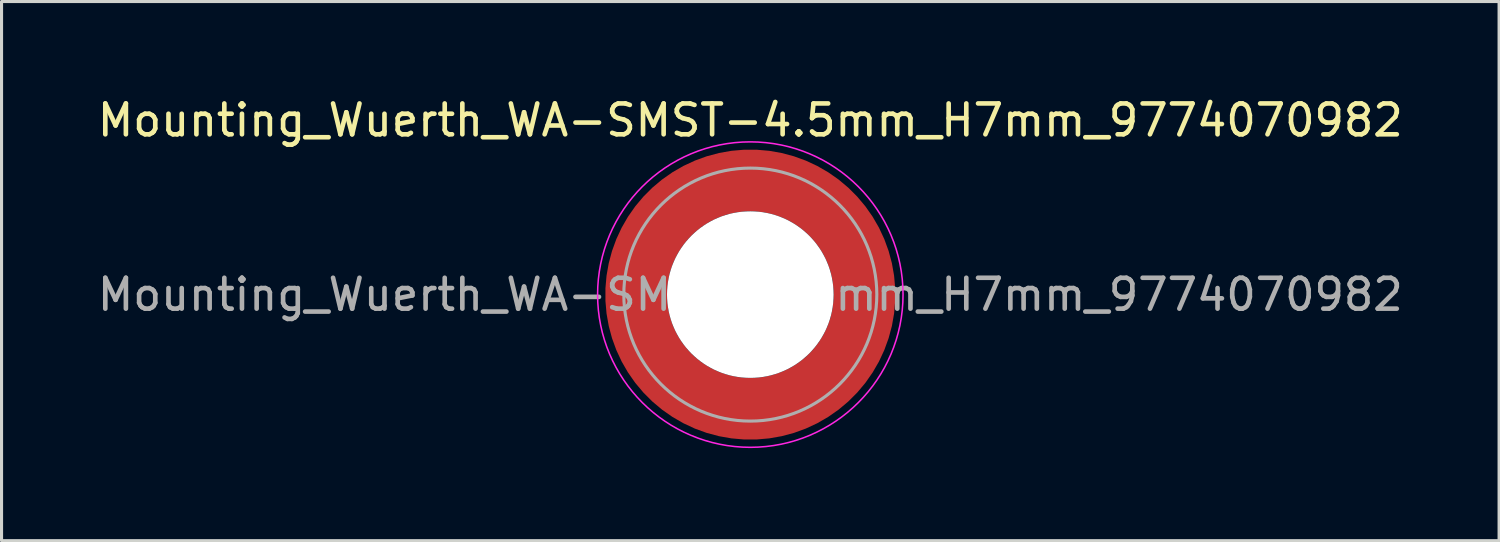
<source format=kicad_pcb>
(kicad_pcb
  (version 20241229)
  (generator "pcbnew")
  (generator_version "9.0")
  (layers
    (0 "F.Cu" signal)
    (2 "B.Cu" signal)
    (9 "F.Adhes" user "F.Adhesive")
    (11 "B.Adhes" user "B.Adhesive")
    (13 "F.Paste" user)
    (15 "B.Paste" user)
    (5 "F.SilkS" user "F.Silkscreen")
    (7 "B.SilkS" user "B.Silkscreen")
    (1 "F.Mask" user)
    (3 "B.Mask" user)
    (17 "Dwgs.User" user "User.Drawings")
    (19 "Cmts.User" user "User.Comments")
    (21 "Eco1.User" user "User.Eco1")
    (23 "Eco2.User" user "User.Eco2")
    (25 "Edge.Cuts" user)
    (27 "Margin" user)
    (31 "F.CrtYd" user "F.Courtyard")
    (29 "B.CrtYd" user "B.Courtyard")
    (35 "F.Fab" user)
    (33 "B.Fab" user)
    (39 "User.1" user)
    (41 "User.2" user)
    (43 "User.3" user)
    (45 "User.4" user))
  (footprint "Mounting_Wuerth_WA-SMST-4.5mm_H7mm_9774070982"
    (layer "F.Cu")
    (at 21.268 6.498)
    (property "Reference" "Mounting_Wuerth_WA-SMST-4.5mm_H7mm_9774070982" (at 0 -5.65 0) (layer "F.SilkS") (effects (font (size 1 1) (thickness 0.15))))
    (attr smd)
    (fp_circle (center 0 0) (end 4.95 0) (stroke (width 0.05) (type solid)) (fill no) (layer "F.CrtYd"))
    (fp_circle (center 0 0) (end 4.1 0) (stroke (width 0.1) (type solid)) (fill no) (layer "F.Fab"))
    (fp_text user "${REFERENCE}" (at 0 0 0) (layer "F.Fab") (effects (font (size 1 1) (thickness 0.15))))
    (pad "" smd custom (at -2.607 -2.607) (size 1.495 1.495) (layers "F.Paste") (options (anchor circle)) (primitives (gr_arc (start -0.188183 2.107456) (mid 0.599273 0.599273) (end 2.107456 -0.188183) (width 0.2)) (gr_arc (start -0.289416 2.107456) (mid 0.52877 0.52877) (end 2.107456 -0.289416) (width 0.2)) (gr_arc (start -0.390547 2.107456) (mid 0.458268 0.458268) (end 2.107456 -0.390547) (width 0.2)) (gr_arc (start -0.491585 2.107456) (mid 0.387765 0.387765) (end 2.107456 -0.491585) (width 0.2)) (gr_arc (start -0.59254 2.107456) (mid 0.317262 0.317262) (end 2.107456 -0.59254) (width 0.2)) (gr_arc (start -0.693419 2.107456) (mid 0.24676 0.24676) (end 2.107456 -0.693419) (width 0.2)) (gr_arc (start -0.794229 2.107456) (mid 0.176257 0.176257) (end 2.107456 -0.794229) (width 0.2)) (gr_arc (start -0.894975 2.107456) (mid 0.105754 0.105754) (end 2.107456 -0.894975) (width 0.2)) (gr_arc (start -0.995664 2.107456) (mid 0.035251 0.035251) (end 2.107456 -0.995664) (width 0.2)) (gr_arc (start -1.0963 2.107456) (mid -0.035252 -0.035252) (end 2.107456 -1.0963) (width 0.2)) (gr_arc (start -1.196886 2.107456) (mid -0.105754 -0.105754) (end 2.107456 -1.196886) (width 0.2)) (gr_arc (start -1.297427 2.107456) (mid -0.176257 -0.176257) (end 2.107456 -1.297427) (width 0.2)) (gr_arc (start -1.397927 2.107456) (mid -0.24676 -0.24676) (end 2.107456 -1.397927) (width 0.2)) (gr_arc (start -1.498388 2.107456) (mid -0.317262 -0.317262) (end 2.107456 -1.498388) (width 0.2)) (gr_arc (start -1.598813 2.107456) (mid -0.387765 -0.387765) (end 2.107456 -1.598813) (width 0.2)) (gr_arc (start -1.699204 2.107456) (mid -0.458267 -0.458267) (end 2.107456 -1.699204) (width 0.2)) (gr_arc (start -1.799565 2.107456) (mid -0.528771 -0.528771) (end 2.107456 -1.799565) (width 0.2)) (gr_arc (start -1.899896 2.107456) (mid -0.599273 -0.599273) (end 2.107456 -1.899896) (width 0.2)) (gr_arc (start -1.899896 2.107456) (mid -0.599273 -0.599273) (end 2.107456 -1.899896) (width 0.2)) (gr_line (start 2.107 -0.188) (end 2.107 -1.9) (width 0.2)) (gr_line (start -0.188 2.107) (end -1.9 2.107) (width 0.2))))
    (pad "" smd custom (at -2.607 2.607) (size 1.495 1.495) (layers "F.Paste") (options (anchor circle)) (primitives (gr_arc (start 2.107456 0.188183) (mid 0.599273 -0.599273) (end -0.188183 -2.107456) (width 0.2)) (gr_arc (start 2.107456 0.289416) (mid 0.52877 -0.52877) (end -0.289416 -2.107456) (width 0.2)) (gr_arc (start 2.107456 0.390547) (mid 0.458268 -0.458268) (end -0.390547 -2.107456) (width 0.2)) (gr_arc (start 2.107456 0.491585) (mid 0.387765 -0.387765) (end -0.491585 -2.107456) (width 0.2)) (gr_arc (start 2.107456 0.59254) (mid 0.317262 -0.317262) (end -0.59254 -2.107456) (width 0.2)) (gr_arc (start 2.107456 0.693419) (mid 0.24676 -0.24676) (end -0.693419 -2.107456) (width 0.2)) (gr_arc (start 2.107456 0.794229) (mid 0.176257 -0.176257) (end -0.794229 -2.107456) (width 0.2)) (gr_arc (start 2.107456 0.894975) (mid 0.105754 -0.105754) (end -0.894975 -2.107456) (width 0.2)) (gr_arc (start 2.107456 0.995664) (mid 0.035251 -0.035251) (end -0.995664 -2.107456) (width 0.2)) (gr_arc (start 2.107456 1.0963) (mid -0.035252 0.035252) (end -1.0963 -2.107456) (width 0.2)) (gr_arc (start 2.107456 1.196886) (mid -0.105754 0.105754) (end -1.196886 -2.107456) (width 0.2)) (gr_arc (start 2.107456 1.297427) (mid -0.176257 0.176257) (end -1.297427 -2.107456) (width 0.2)) (gr_arc (start 2.107456 1.397927) (mid -0.24676 0.24676) (end -1.397927 -2.107456) (width 0.2)) (gr_arc (start 2.107456 1.498388) (mid -0.317262 0.317262) (end -1.498388 -2.107456) (width 0.2)) (gr_arc (start 2.107456 1.598813) (mid -0.387765 0.387765) (end -1.598813 -2.107456) (width 0.2)) (gr_arc (start 2.107456 1.699204) (mid -0.458267 0.458267) (end -1.699204 -2.107456) (width 0.2)) (gr_arc (start 2.107456 1.799565) (mid -0.528771 0.528771) (end -1.799565 -2.107456) (width 0.2)) (gr_arc (start 2.107456 1.899896) (mid -0.599273 0.599273) (end -1.899896 -2.107456) (width 0.2)) (gr_arc (start 2.107456 1.899896) (mid -0.599273 0.599273) (end -1.899896 -2.107456) (width 0.2)) (gr_line (start -0.188 -2.107) (end -1.9 -2.107) (width 0.2)) (gr_line (start 2.107 0.188) (end 2.107 1.9) (width 0.2))))
    (pad "" np_thru_hole circle (at 0 0) (size 5.4 5.4) (drill 5.4) (layers "*.Cu" "*.Mask"))
    (pad "" smd custom (at 2.607 -2.607) (size 1.495 1.495) (layers "F.Paste") (options (anchor circle)) (primitives (gr_arc (start -2.107456 -0.188183) (mid -0.599273 0.599273) (end 0.188183 2.107456) (width 0.2)) (gr_arc (start -2.107456 -0.289416) (mid -0.52877 0.52877) (end 0.289416 2.107456) (width 0.2)) (gr_arc (start -2.107456 -0.390547) (mid -0.458268 0.458268) (end 0.390547 2.107456) (width 0.2)) (gr_arc (start -2.107456 -0.491585) (mid -0.387765 0.387765) (end 0.491585 2.107456) (width 0.2)) (gr_arc (start -2.107456 -0.59254) (mid -0.317262 0.317262) (end 0.59254 2.107456) (width 0.2)) (gr_arc (start -2.107456 -0.693419) (mid -0.24676 0.24676) (end 0.693419 2.107456) (width 0.2)) (gr_arc (start -2.107456 -0.794229) (mid -0.176257 0.176257) (end 0.794229 2.107456) (width 0.2)) (gr_arc (start -2.107456 -0.894975) (mid -0.105754 0.105754) (end 0.894975 2.107456) (width 0.2)) (gr_arc (start -2.107456 -0.995664) (mid -0.035251 0.035251) (end 0.995664 2.107456) (width 0.2)) (gr_arc (start -2.107456 -1.0963) (mid 0.035252 -0.035252) (end 1.0963 2.107456) (width 0.2)) (gr_arc (start -2.107456 -1.196886) (mid 0.105754 -0.105754) (end 1.196886 2.107456) (width 0.2)) (gr_arc (start -2.107456 -1.297427) (mid 0.176257 -0.176257) (end 1.297427 2.107456) (width 0.2)) (gr_arc (start -2.107456 -1.397927) (mid 0.24676 -0.24676) (end 1.397927 2.107456) (width 0.2)) (gr_arc (start -2.107456 -1.498388) (mid 0.317262 -0.317262) (end 1.498388 2.107456) (width 0.2)) (gr_arc (start -2.107456 -1.598813) (mid 0.387765 -0.387765) (end 1.598813 2.107456) (width 0.2)) (gr_arc (start -2.107456 -1.699204) (mid 0.458267 -0.458267) (end 1.699204 2.107456) (width 0.2)) (gr_arc (start -2.107456 -1.799565) (mid 0.528771 -0.528771) (end 1.799565 2.107456) (width 0.2)) (gr_arc (start -2.107456 -1.899896) (mid 0.599273 -0.599273) (end 1.899896 2.107456) (width 0.2)) (gr_arc (start -2.107456 -1.899896) (mid 0.599273 -0.599273) (end 1.899896 2.107456) (width 0.2)) (gr_line (start 0.188 2.107) (end 1.9 2.107) (width 0.2)) (gr_line (start -2.107 -0.188) (end -2.107 -1.9) (width 0.2))))
    (pad "" smd custom (at 2.607 2.607) (size 1.495 1.495) (layers "F.Paste") (options (anchor circle)) (primitives (gr_arc (start 0.188183 -2.107456) (mid -0.599273 -0.599273) (end -2.107456 0.188183) (width 0.2)) (gr_arc (start 0.289416 -2.107456) (mid -0.52877 -0.52877) (end -2.107456 0.289416) (width 0.2)) (gr_arc (start 0.390547 -2.107456) (mid -0.458268 -0.458268) (end -2.107456 0.390547) (width 0.2)) (gr_arc (start 0.491585 -2.107456) (mid -0.387765 -0.387765) (end -2.107456 0.491585) (width 0.2)) (gr_arc (start 0.59254 -2.107456) (mid -0.317262 -0.317262) (end -2.107456 0.59254) (width 0.2)) (gr_arc (start 0.693419 -2.107456) (mid -0.24676 -0.24676) (end -2.107456 0.693419) (width 0.2)) (gr_arc (start 0.794229 -2.107456) (mid -0.176257 -0.176257) (end -2.107456 0.794229) (width 0.2)) (gr_arc (start 0.894975 -2.107456) (mid -0.105754 -0.105754) (end -2.107456 0.894975) (width 0.2)) (gr_arc (start 0.995664 -2.107456) (mid -0.035251 -0.035251) (end -2.107456 0.995664) (width 0.2)) (gr_arc (start 1.0963 -2.107456) (mid 0.035252 0.035252) (end -2.107456 1.0963) (width 0.2)) (gr_arc (start 1.196886 -2.107456) (mid 0.105754 0.105754) (end -2.107456 1.196886) (width 0.2)) (gr_arc (start 1.297427 -2.107456) (mid 0.176257 0.176257) (end -2.107456 1.297427) (width 0.2)) (gr_arc (start 1.397927 -2.107456) (mid 0.24676 0.24676) (end -2.107456 1.397927) (width 0.2)) (gr_arc (start 1.498388 -2.107456) (mid 0.317262 0.317262) (end -2.107456 1.498388) (width 0.2)) (gr_arc (start 1.598813 -2.107456) (mid 0.387765 0.387765) (end -2.107456 1.598813) (width 0.2)) (gr_arc (start 1.699204 -2.107456) (mid 0.458267 0.458267) (end -2.107456 1.699204) (width 0.2)) (gr_arc (start 1.799565 -2.107456) (mid 0.528771 0.528771) (end -2.107456 1.799565) (width 0.2)) (gr_arc (start 1.899896 -2.107456) (mid 0.599273 0.599273) (end -2.107456 1.899896) (width 0.2)) (gr_arc (start 1.899896 -2.107456) (mid 0.599273 0.599273) (end -2.107456 1.899896) (width 0.2)) (gr_line (start -2.107 0.188) (end -2.107 1.9) (width 0.2)) (gr_line (start 0.188 -2.107) (end 1.9 -2.107) (width 0.2))))
    (pad "1" smd circle (at -3.7 0) (size 1.6 1.6) (layers "F.Cu"))
    (pad "1" smd circle (at 0 -3.7) (size 1.6 1.6) (layers "F.Cu"))
    (pad "1" smd circle (at 0 3.7) (size 1.6 1.6) (layers "F.Cu"))
    (pad "1" smd custom (at 3.7 0) (size 1.6 1.6) (layers "F.Cu" "F.Mask") (options (anchor circle)) (primitives (gr_circle (center -3.7 0) (end 0 0) (width 2) (fill no)))))
  (gr_rect
    (start -3 -3)
    (end 45.536 14.473)
    (stroke (width 0.1) (type default))
    (fill no)
    (layer "Edge.Cuts")))
</source>
